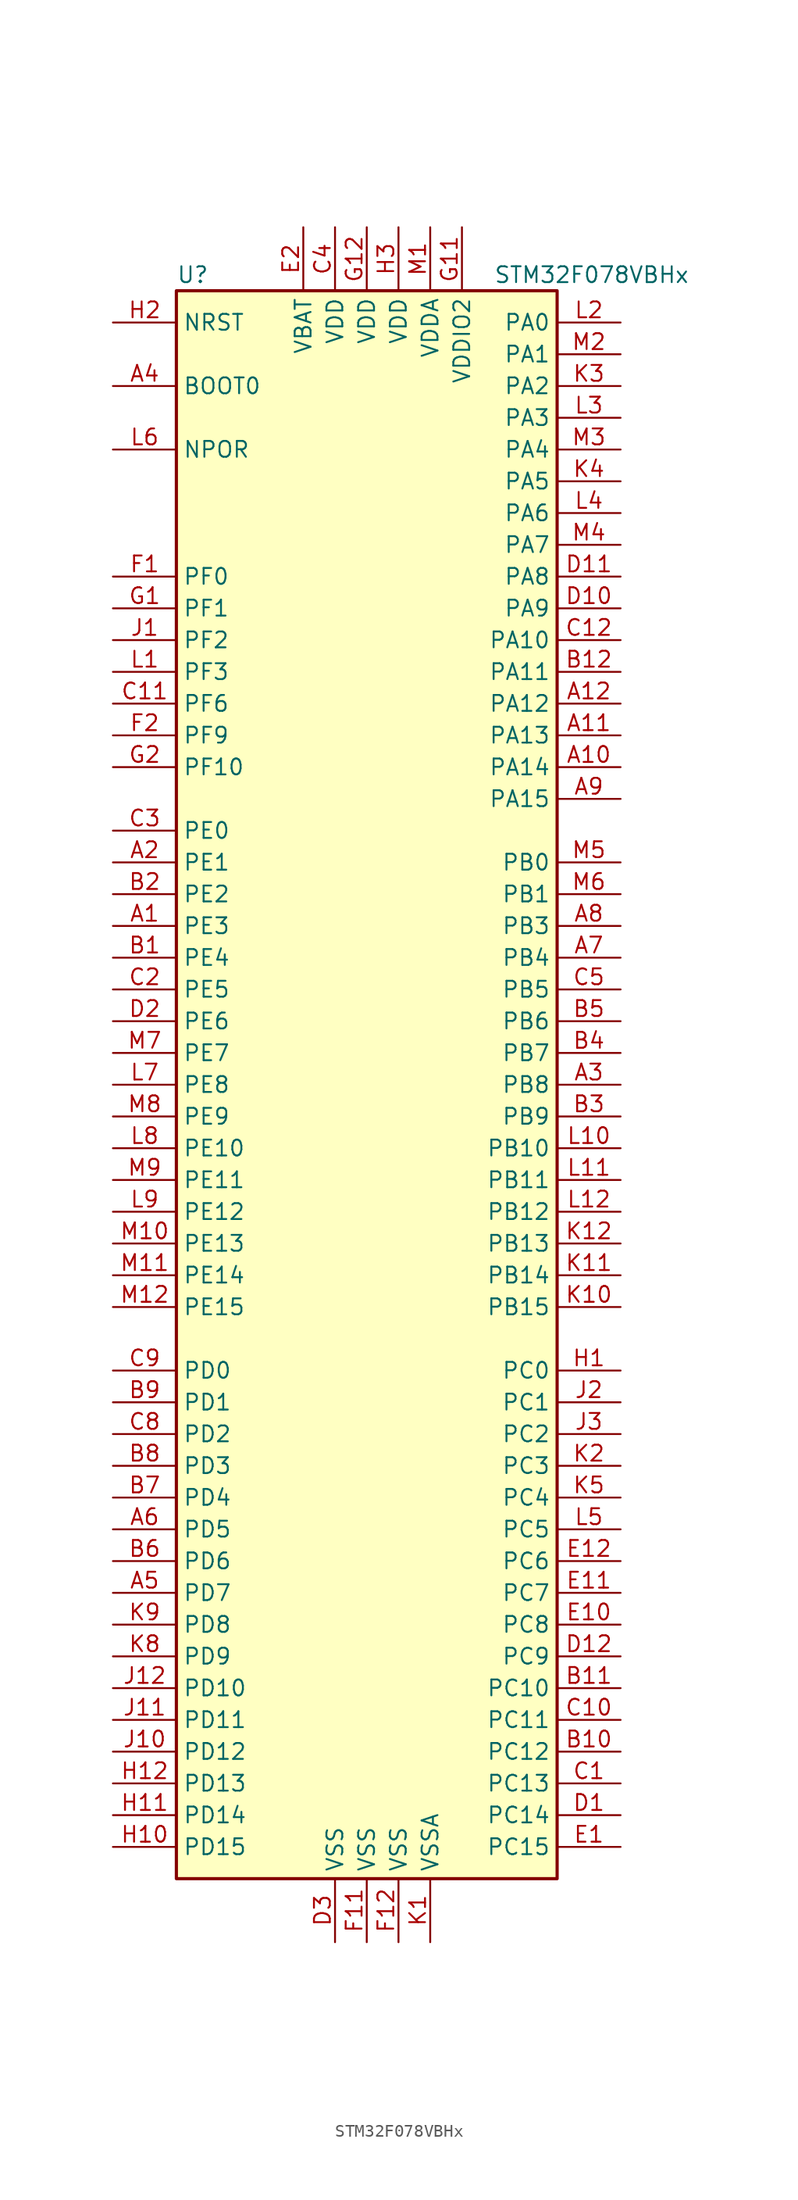
<source format=kicad_sym>
(kicad_symbol_lib
  (version 20201005)
  (generator kicad_symbol_editor)
  (symbol "STM32F078VBHx"
    (property "Reference" "U"
      (at -15.24 64.77 0)
      (effects (font (size 1.27 1.27)) (justify left)))
    (property "Value" "STM32F078VBHx"
      (at 10.16 64.77 0)
      (effects (font (size 1.27 1.27)) (justify left)))
    (symbol "STM32F078VBHx_0_1"
      (rectangle (start -15.24 -63.5) (end 15.24 63.5) (stroke (width 0.254)) (fill (type background))))
    (symbol "STM32F078VBHx_1_1"
      (pin input line (at -20.32 55.88 0) (length 5.08) (name "BOOT0" (effects (font (size 1.27 1.27)))) (number "A4" (effects (font (size 1.27 1.27)))))
      (pin no_connect line (at -15.24 -60.96 0) (length 5.08) hide (name "NC" (effects (font (size 1.27 1.27)))) (number "E3" (effects (font (size 1.27 1.27)))))
      (pin power_in line (at -20.32 50.8 0) (length 5.08) (name "NPOR" (effects (font (size 1.27 1.27)))) (number "L6" (effects (font (size 1.27 1.27)))))
      (pin input line (at -20.32 60.96 0) (length 5.08) (name "NRST" (effects (font (size 1.27 1.27)))) (number "H2" (effects (font (size 1.27 1.27)))))
      (pin bidirectional line (at 20.32 60.96 180) (length 5.08) (name "PA0" (effects (font (size 1.27 1.27)))) (number "L2" (effects (font (size 1.27 1.27)))))
      (pin bidirectional line (at 20.32 58.42 180) (length 5.08) (name "PA1" (effects (font (size 1.27 1.27)))) (number "M2" (effects (font (size 1.27 1.27)))))
      (pin bidirectional line (at 20.32 35.56 180) (length 5.08) (name "PA10" (effects (font (size 1.27 1.27)))) (number "C12" (effects (font (size 1.27 1.27)))))
      (pin bidirectional line (at 20.32 33.02 180) (length 5.08) (name "PA11" (effects (font (size 1.27 1.27)))) (number "B12" (effects (font (size 1.27 1.27)))))
      (pin bidirectional line (at 20.32 30.48 180) (length 5.08) (name "PA12" (effects (font (size 1.27 1.27)))) (number "A12" (effects (font (size 1.27 1.27)))))
      (pin bidirectional line (at 20.32 27.94 180) (length 5.08) (name "PA13" (effects (font (size 1.27 1.27)))) (number "A11" (effects (font (size 1.27 1.27)))))
      (pin bidirectional line (at 20.32 25.4 180) (length 5.08) (name "PA14" (effects (font (size 1.27 1.27)))) (number "A10" (effects (font (size 1.27 1.27)))))
      (pin bidirectional line (at 20.32 22.86 180) (length 5.08) (name "PA15" (effects (font (size 1.27 1.27)))) (number "A9" (effects (font (size 1.27 1.27)))))
      (pin bidirectional line (at 20.32 55.88 180) (length 5.08) (name "PA2" (effects (font (size 1.27 1.27)))) (number "K3" (effects (font (size 1.27 1.27)))))
      (pin bidirectional line (at 20.32 53.34 180) (length 5.08) (name "PA3" (effects (font (size 1.27 1.27)))) (number "L3" (effects (font (size 1.27 1.27)))))
      (pin bidirectional line (at 20.32 50.8 180) (length 5.08) (name "PA4" (effects (font (size 1.27 1.27)))) (number "M3" (effects (font (size 1.27 1.27)))))
      (pin bidirectional line (at 20.32 48.26 180) (length 5.08) (name "PA5" (effects (font (size 1.27 1.27)))) (number "K4" (effects (font (size 1.27 1.27)))))
      (pin bidirectional line (at 20.32 45.72 180) (length 5.08) (name "PA6" (effects (font (size 1.27 1.27)))) (number "L4" (effects (font (size 1.27 1.27)))))
      (pin bidirectional line (at 20.32 43.18 180) (length 5.08) (name "PA7" (effects (font (size 1.27 1.27)))) (number "M4" (effects (font (size 1.27 1.27)))))
      (pin bidirectional line (at 20.32 40.64 180) (length 5.08) (name "PA8" (effects (font (size 1.27 1.27)))) (number "D11" (effects (font (size 1.27 1.27)))))
      (pin bidirectional line (at 20.32 38.1 180) (length 5.08) (name "PA9" (effects (font (size 1.27 1.27)))) (number "D10" (effects (font (size 1.27 1.27)))))
      (pin bidirectional line (at 20.32 17.78 180) (length 5.08) (name "PB0" (effects (font (size 1.27 1.27)))) (number "M5" (effects (font (size 1.27 1.27)))))
      (pin bidirectional line (at 20.32 15.24 180) (length 5.08) (name "PB1" (effects (font (size 1.27 1.27)))) (number "M6" (effects (font (size 1.27 1.27)))))
      (pin bidirectional line (at 20.32 -5.08 180) (length 5.08) (name "PB10" (effects (font (size 1.27 1.27)))) (number "L10" (effects (font (size 1.27 1.27)))))
      (pin bidirectional line (at 20.32 -7.62 180) (length 5.08) (name "PB11" (effects (font (size 1.27 1.27)))) (number "L11" (effects (font (size 1.27 1.27)))))
      (pin bidirectional line (at 20.32 -10.16 180) (length 5.08) (name "PB12" (effects (font (size 1.27 1.27)))) (number "L12" (effects (font (size 1.27 1.27)))))
      (pin bidirectional line (at 20.32 -12.7 180) (length 5.08) (name "PB13" (effects (font (size 1.27 1.27)))) (number "K12" (effects (font (size 1.27 1.27)))))
      (pin bidirectional line (at 20.32 -15.24 180) (length 5.08) (name "PB14" (effects (font (size 1.27 1.27)))) (number "K11" (effects (font (size 1.27 1.27)))))
      (pin bidirectional line (at 20.32 -17.78 180) (length 5.08) (name "PB15" (effects (font (size 1.27 1.27)))) (number "K10" (effects (font (size 1.27 1.27)))))
      (pin bidirectional line (at 20.32 12.7 180) (length 5.08) (name "PB3" (effects (font (size 1.27 1.27)))) (number "A8" (effects (font (size 1.27 1.27)))))
      (pin bidirectional line (at 20.32 10.16 180) (length 5.08) (name "PB4" (effects (font (size 1.27 1.27)))) (number "A7" (effects (font (size 1.27 1.27)))))
      (pin bidirectional line (at 20.32 7.62 180) (length 5.08) (name "PB5" (effects (font (size 1.27 1.27)))) (number "C5" (effects (font (size 1.27 1.27)))))
      (pin bidirectional line (at 20.32 5.08 180) (length 5.08) (name "PB6" (effects (font (size 1.27 1.27)))) (number "B5" (effects (font (size 1.27 1.27)))))
      (pin bidirectional line (at 20.32 2.54 180) (length 5.08) (name "PB7" (effects (font (size 1.27 1.27)))) (number "B4" (effects (font (size 1.27 1.27)))))
      (pin bidirectional line (at 20.32 0 180) (length 5.08) (name "PB8" (effects (font (size 1.27 1.27)))) (number "A3" (effects (font (size 1.27 1.27)))))
      (pin bidirectional line (at 20.32 -2.54 180) (length 5.08) (name "PB9" (effects (font (size 1.27 1.27)))) (number "B3" (effects (font (size 1.27 1.27)))))
      (pin bidirectional line (at 20.32 -22.86 180) (length 5.08) (name "PC0" (effects (font (size 1.27 1.27)))) (number "H1" (effects (font (size 1.27 1.27)))))
      (pin bidirectional line (at 20.32 -25.4 180) (length 5.08) (name "PC1" (effects (font (size 1.27 1.27)))) (number "J2" (effects (font (size 1.27 1.27)))))
      (pin bidirectional line (at 20.32 -48.26 180) (length 5.08) (name "PC10" (effects (font (size 1.27 1.27)))) (number "B11" (effects (font (size 1.27 1.27)))))
      (pin bidirectional line (at 20.32 -50.8 180) (length 5.08) (name "PC11" (effects (font (size 1.27 1.27)))) (number "C10" (effects (font (size 1.27 1.27)))))
      (pin bidirectional line (at 20.32 -53.34 180) (length 5.08) (name "PC12" (effects (font (size 1.27 1.27)))) (number "B10" (effects (font (size 1.27 1.27)))))
      (pin bidirectional line (at 20.32 -55.88 180) (length 5.08) (name "PC13" (effects (font (size 1.27 1.27)))) (number "C1" (effects (font (size 1.27 1.27)))))
      (pin bidirectional line (at 20.32 -58.42 180) (length 5.08) (name "PC14" (effects (font (size 1.27 1.27)))) (number "D1" (effects (font (size 1.27 1.27)))))
      (pin bidirectional line (at 20.32 -60.96 180) (length 5.08) (name "PC15" (effects (font (size 1.27 1.27)))) (number "E1" (effects (font (size 1.27 1.27)))))
      (pin bidirectional line (at 20.32 -27.94 180) (length 5.08) (name "PC2" (effects (font (size 1.27 1.27)))) (number "J3" (effects (font (size 1.27 1.27)))))
      (pin bidirectional line (at 20.32 -30.48 180) (length 5.08) (name "PC3" (effects (font (size 1.27 1.27)))) (number "K2" (effects (font (size 1.27 1.27)))))
      (pin bidirectional line (at 20.32 -33.02 180) (length 5.08) (name "PC4" (effects (font (size 1.27 1.27)))) (number "K5" (effects (font (size 1.27 1.27)))))
      (pin bidirectional line (at 20.32 -35.56 180) (length 5.08) (name "PC5" (effects (font (size 1.27 1.27)))) (number "L5" (effects (font (size 1.27 1.27)))))
      (pin bidirectional line (at 20.32 -38.1 180) (length 5.08) (name "PC6" (effects (font (size 1.27 1.27)))) (number "E12" (effects (font (size 1.27 1.27)))))
      (pin bidirectional line (at 20.32 -40.64 180) (length 5.08) (name "PC7" (effects (font (size 1.27 1.27)))) (number "E11" (effects (font (size 1.27 1.27)))))
      (pin bidirectional line (at 20.32 -43.18 180) (length 5.08) (name "PC8" (effects (font (size 1.27 1.27)))) (number "E10" (effects (font (size 1.27 1.27)))))
      (pin bidirectional line (at 20.32 -45.72 180) (length 5.08) (name "PC9" (effects (font (size 1.27 1.27)))) (number "D12" (effects (font (size 1.27 1.27)))))
      (pin bidirectional line (at -20.32 -22.86 0) (length 5.08) (name "PD0" (effects (font (size 1.27 1.27)))) (number "C9" (effects (font (size 1.27 1.27)))))
      (pin bidirectional line (at -20.32 -25.4 0) (length 5.08) (name "PD1" (effects (font (size 1.27 1.27)))) (number "B9" (effects (font (size 1.27 1.27)))))
      (pin bidirectional line (at -20.32 -48.26 0) (length 5.08) (name "PD10" (effects (font (size 1.27 1.27)))) (number "J12" (effects (font (size 1.27 1.27)))))
      (pin bidirectional line (at -20.32 -50.8 0) (length 5.08) (name "PD11" (effects (font (size 1.27 1.27)))) (number "J11" (effects (font (size 1.27 1.27)))))
      (pin bidirectional line (at -20.32 -53.34 0) (length 5.08) (name "PD12" (effects (font (size 1.27 1.27)))) (number "J10" (effects (font (size 1.27 1.27)))))
      (pin bidirectional line (at -20.32 -55.88 0) (length 5.08) (name "PD13" (effects (font (size 1.27 1.27)))) (number "H12" (effects (font (size 1.27 1.27)))))
      (pin bidirectional line (at -20.32 -58.42 0) (length 5.08) (name "PD14" (effects (font (size 1.27 1.27)))) (number "H11" (effects (font (size 1.27 1.27)))))
      (pin bidirectional line (at -20.32 -60.96 0) (length 5.08) (name "PD15" (effects (font (size 1.27 1.27)))) (number "H10" (effects (font (size 1.27 1.27)))))
      (pin bidirectional line (at -20.32 -27.94 0) (length 5.08) (name "PD2" (effects (font (size 1.27 1.27)))) (number "C8" (effects (font (size 1.27 1.27)))))
      (pin bidirectional line (at -20.32 -30.48 0) (length 5.08) (name "PD3" (effects (font (size 1.27 1.27)))) (number "B8" (effects (font (size 1.27 1.27)))))
      (pin bidirectional line (at -20.32 -33.02 0) (length 5.08) (name "PD4" (effects (font (size 1.27 1.27)))) (number "B7" (effects (font (size 1.27 1.27)))))
      (pin bidirectional line (at -20.32 -35.56 0) (length 5.08) (name "PD5" (effects (font (size 1.27 1.27)))) (number "A6" (effects (font (size 1.27 1.27)))))
      (pin bidirectional line (at -20.32 -38.1 0) (length 5.08) (name "PD6" (effects (font (size 1.27 1.27)))) (number "B6" (effects (font (size 1.27 1.27)))))
      (pin bidirectional line (at -20.32 -40.64 0) (length 5.08) (name "PD7" (effects (font (size 1.27 1.27)))) (number "A5" (effects (font (size 1.27 1.27)))))
      (pin bidirectional line (at -20.32 -43.18 0) (length 5.08) (name "PD8" (effects (font (size 1.27 1.27)))) (number "K9" (effects (font (size 1.27 1.27)))))
      (pin bidirectional line (at -20.32 -45.72 0) (length 5.08) (name "PD9" (effects (font (size 1.27 1.27)))) (number "K8" (effects (font (size 1.27 1.27)))))
      (pin bidirectional line (at -20.32 20.32 0) (length 5.08) (name "PE0" (effects (font (size 1.27 1.27)))) (number "C3" (effects (font (size 1.27 1.27)))))
      (pin bidirectional line (at -20.32 17.78 0) (length 5.08) (name "PE1" (effects (font (size 1.27 1.27)))) (number "A2" (effects (font (size 1.27 1.27)))))
      (pin bidirectional line (at -20.32 -5.08 0) (length 5.08) (name "PE10" (effects (font (size 1.27 1.27)))) (number "L8" (effects (font (size 1.27 1.27)))))
      (pin bidirectional line (at -20.32 -7.62 0) (length 5.08) (name "PE11" (effects (font (size 1.27 1.27)))) (number "M9" (effects (font (size 1.27 1.27)))))
      (pin bidirectional line (at -20.32 -10.16 0) (length 5.08) (name "PE12" (effects (font (size 1.27 1.27)))) (number "L9" (effects (font (size 1.27 1.27)))))
      (pin bidirectional line (at -20.32 -12.7 0) (length 5.08) (name "PE13" (effects (font (size 1.27 1.27)))) (number "M10" (effects (font (size 1.27 1.27)))))
      (pin bidirectional line (at -20.32 -15.24 0) (length 5.08) (name "PE14" (effects (font (size 1.27 1.27)))) (number "M11" (effects (font (size 1.27 1.27)))))
      (pin bidirectional line (at -20.32 -17.78 0) (length 5.08) (name "PE15" (effects (font (size 1.27 1.27)))) (number "M12" (effects (font (size 1.27 1.27)))))
      (pin bidirectional line (at -20.32 15.24 0) (length 5.08) (name "PE2" (effects (font (size 1.27 1.27)))) (number "B2" (effects (font (size 1.27 1.27)))))
      (pin bidirectional line (at -20.32 12.7 0) (length 5.08) (name "PE3" (effects (font (size 1.27 1.27)))) (number "A1" (effects (font (size 1.27 1.27)))))
      (pin bidirectional line (at -20.32 10.16 0) (length 5.08) (name "PE4" (effects (font (size 1.27 1.27)))) (number "B1" (effects (font (size 1.27 1.27)))))
      (pin bidirectional line (at -20.32 7.62 0) (length 5.08) (name "PE5" (effects (font (size 1.27 1.27)))) (number "C2" (effects (font (size 1.27 1.27)))))
      (pin bidirectional line (at -20.32 5.08 0) (length 5.08) (name "PE6" (effects (font (size 1.27 1.27)))) (number "D2" (effects (font (size 1.27 1.27)))))
      (pin bidirectional line (at -20.32 2.54 0) (length 5.08) (name "PE7" (effects (font (size 1.27 1.27)))) (number "M7" (effects (font (size 1.27 1.27)))))
      (pin bidirectional line (at -20.32 0 0) (length 5.08) (name "PE8" (effects (font (size 1.27 1.27)))) (number "L7" (effects (font (size 1.27 1.27)))))
      (pin bidirectional line (at -20.32 -2.54 0) (length 5.08) (name "PE9" (effects (font (size 1.27 1.27)))) (number "M8" (effects (font (size 1.27 1.27)))))
      (pin input line (at -20.32 40.64 0) (length 5.08) (name "PF0" (effects (font (size 1.27 1.27)))) (number "F1" (effects (font (size 1.27 1.27)))))
      (pin input line (at -20.32 38.1 0) (length 5.08) (name "PF1" (effects (font (size 1.27 1.27)))) (number "G1" (effects (font (size 1.27 1.27)))))
      (pin bidirectional line (at -20.32 25.4 0) (length 5.08) (name "PF10" (effects (font (size 1.27 1.27)))) (number "G2" (effects (font (size 1.27 1.27)))))
      (pin bidirectional line (at -20.32 35.56 0) (length 5.08) (name "PF2" (effects (font (size 1.27 1.27)))) (number "J1" (effects (font (size 1.27 1.27)))))
      (pin bidirectional line (at -20.32 33.02 0) (length 5.08) (name "PF3" (effects (font (size 1.27 1.27)))) (number "L1" (effects (font (size 1.27 1.27)))))
      (pin bidirectional line (at -20.32 30.48 0) (length 5.08) (name "PF6" (effects (font (size 1.27 1.27)))) (number "C11" (effects (font (size 1.27 1.27)))))
      (pin bidirectional line (at -20.32 27.94 0) (length 5.08) (name "PF9" (effects (font (size 1.27 1.27)))) (number "F2" (effects (font (size 1.27 1.27)))))
      (pin power_in line (at -5.08 68.58 270) (length 5.08) (name "VBAT" (effects (font (size 1.27 1.27)))) (number "E2" (effects (font (size 1.27 1.27)))))
      (pin power_in line (at -2.54 68.58 270) (length 5.08) (name "VDD" (effects (font (size 1.27 1.27)))) (number "C4" (effects (font (size 1.27 1.27)))))
      (pin power_in line (at 0 68.58 270) (length 5.08) (name "VDD" (effects (font (size 1.27 1.27)))) (number "G12" (effects (font (size 1.27 1.27)))))
      (pin power_in line (at 2.54 68.58 270) (length 5.08) (name "VDD" (effects (font (size 1.27 1.27)))) (number "H3" (effects (font (size 1.27 1.27)))))
      (pin power_in line (at 5.08 68.58 270) (length 5.08) (name "VDDA" (effects (font (size 1.27 1.27)))) (number "M1" (effects (font (size 1.27 1.27)))))
      (pin power_in line (at 7.62 68.58 270) (length 5.08) (name "VDDIO2" (effects (font (size 1.27 1.27)))) (number "G11" (effects (font (size 1.27 1.27)))))
      (pin power_in line (at -2.54 -68.58 90) (length 5.08) (name "VSS" (effects (font (size 1.27 1.27)))) (number "D3" (effects (font (size 1.27 1.27)))))
      (pin power_in line (at 0 -68.58 90) (length 5.08) (name "VSS" (effects (font (size 1.27 1.27)))) (number "F11" (effects (font (size 1.27 1.27)))))
      (pin power_in line (at 2.54 -68.58 90) (length 5.08) (name "VSS" (effects (font (size 1.27 1.27)))) (number "F12" (effects (font (size 1.27 1.27)))))
      (pin power_in line (at 5.08 -68.58 90) (length 5.08) (name "VSSA" (effects (font (size 1.27 1.27)))) (number "K1" (effects (font (size 1.27 1.27))))))))
</source>
